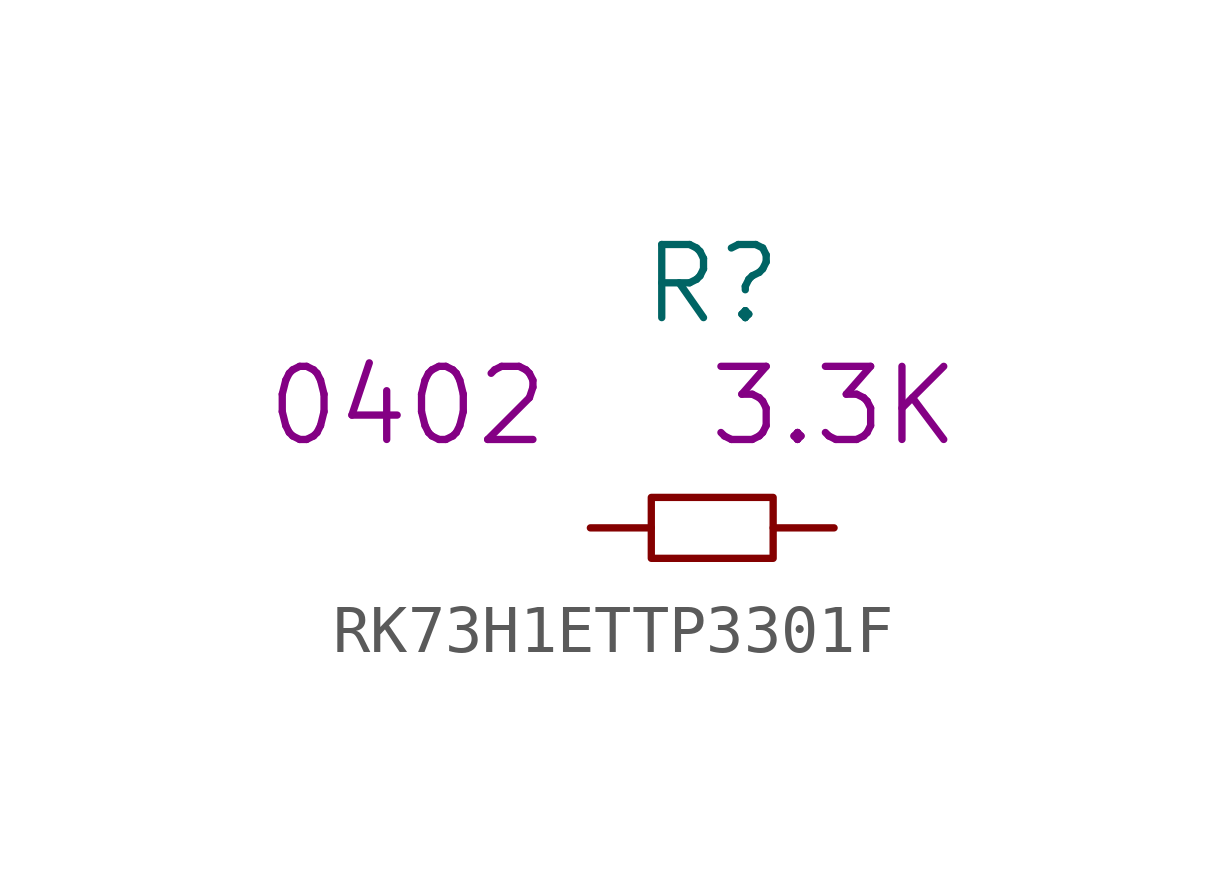
<source format=kicad_sym>
(kicad_symbol_lib
  (version 20220914)
  (generator kicad_symbol_editor)
  (symbol "RK73H1ETTP3301F"
    (pin_numbers hide)
    (pin_names
      (offset 1.016) hide)
    (property "Reference" "R"
      (at 0 5.08 0)
      (effects (font (size 1.524 1.524))))
    (property "Size" "0402"
      (at -6.35 2.54 0)
      (effects (font (size 1.524 1.524))))
    (property "Value2" "3.3K"
      (at 2.54 2.54 0)
      (effects (font (size 1.524 1.524))))
    (symbol "RK73H1ETTP3301F_0_1"
      (rectangle (start -1.27 0.635) (end 1.27 -0.635) (stroke (width 0) (type solid)) (fill (type none))))
    (symbol "RK73H1ETTP3301F_1_1"
      (pin passive line (at -2.54 0 0) (length 1.27) (name "1" (effects (font (size 1.27 1.27)))) (number "1" (effects (font (size 1.27 1.27)))))
      (pin passive line (at 2.54 0 180) (length 1.27) (name "2" (effects (font (size 1.27 1.27)))) (number "2" (effects (font (size 1.27 1.27))))))))
</source>
